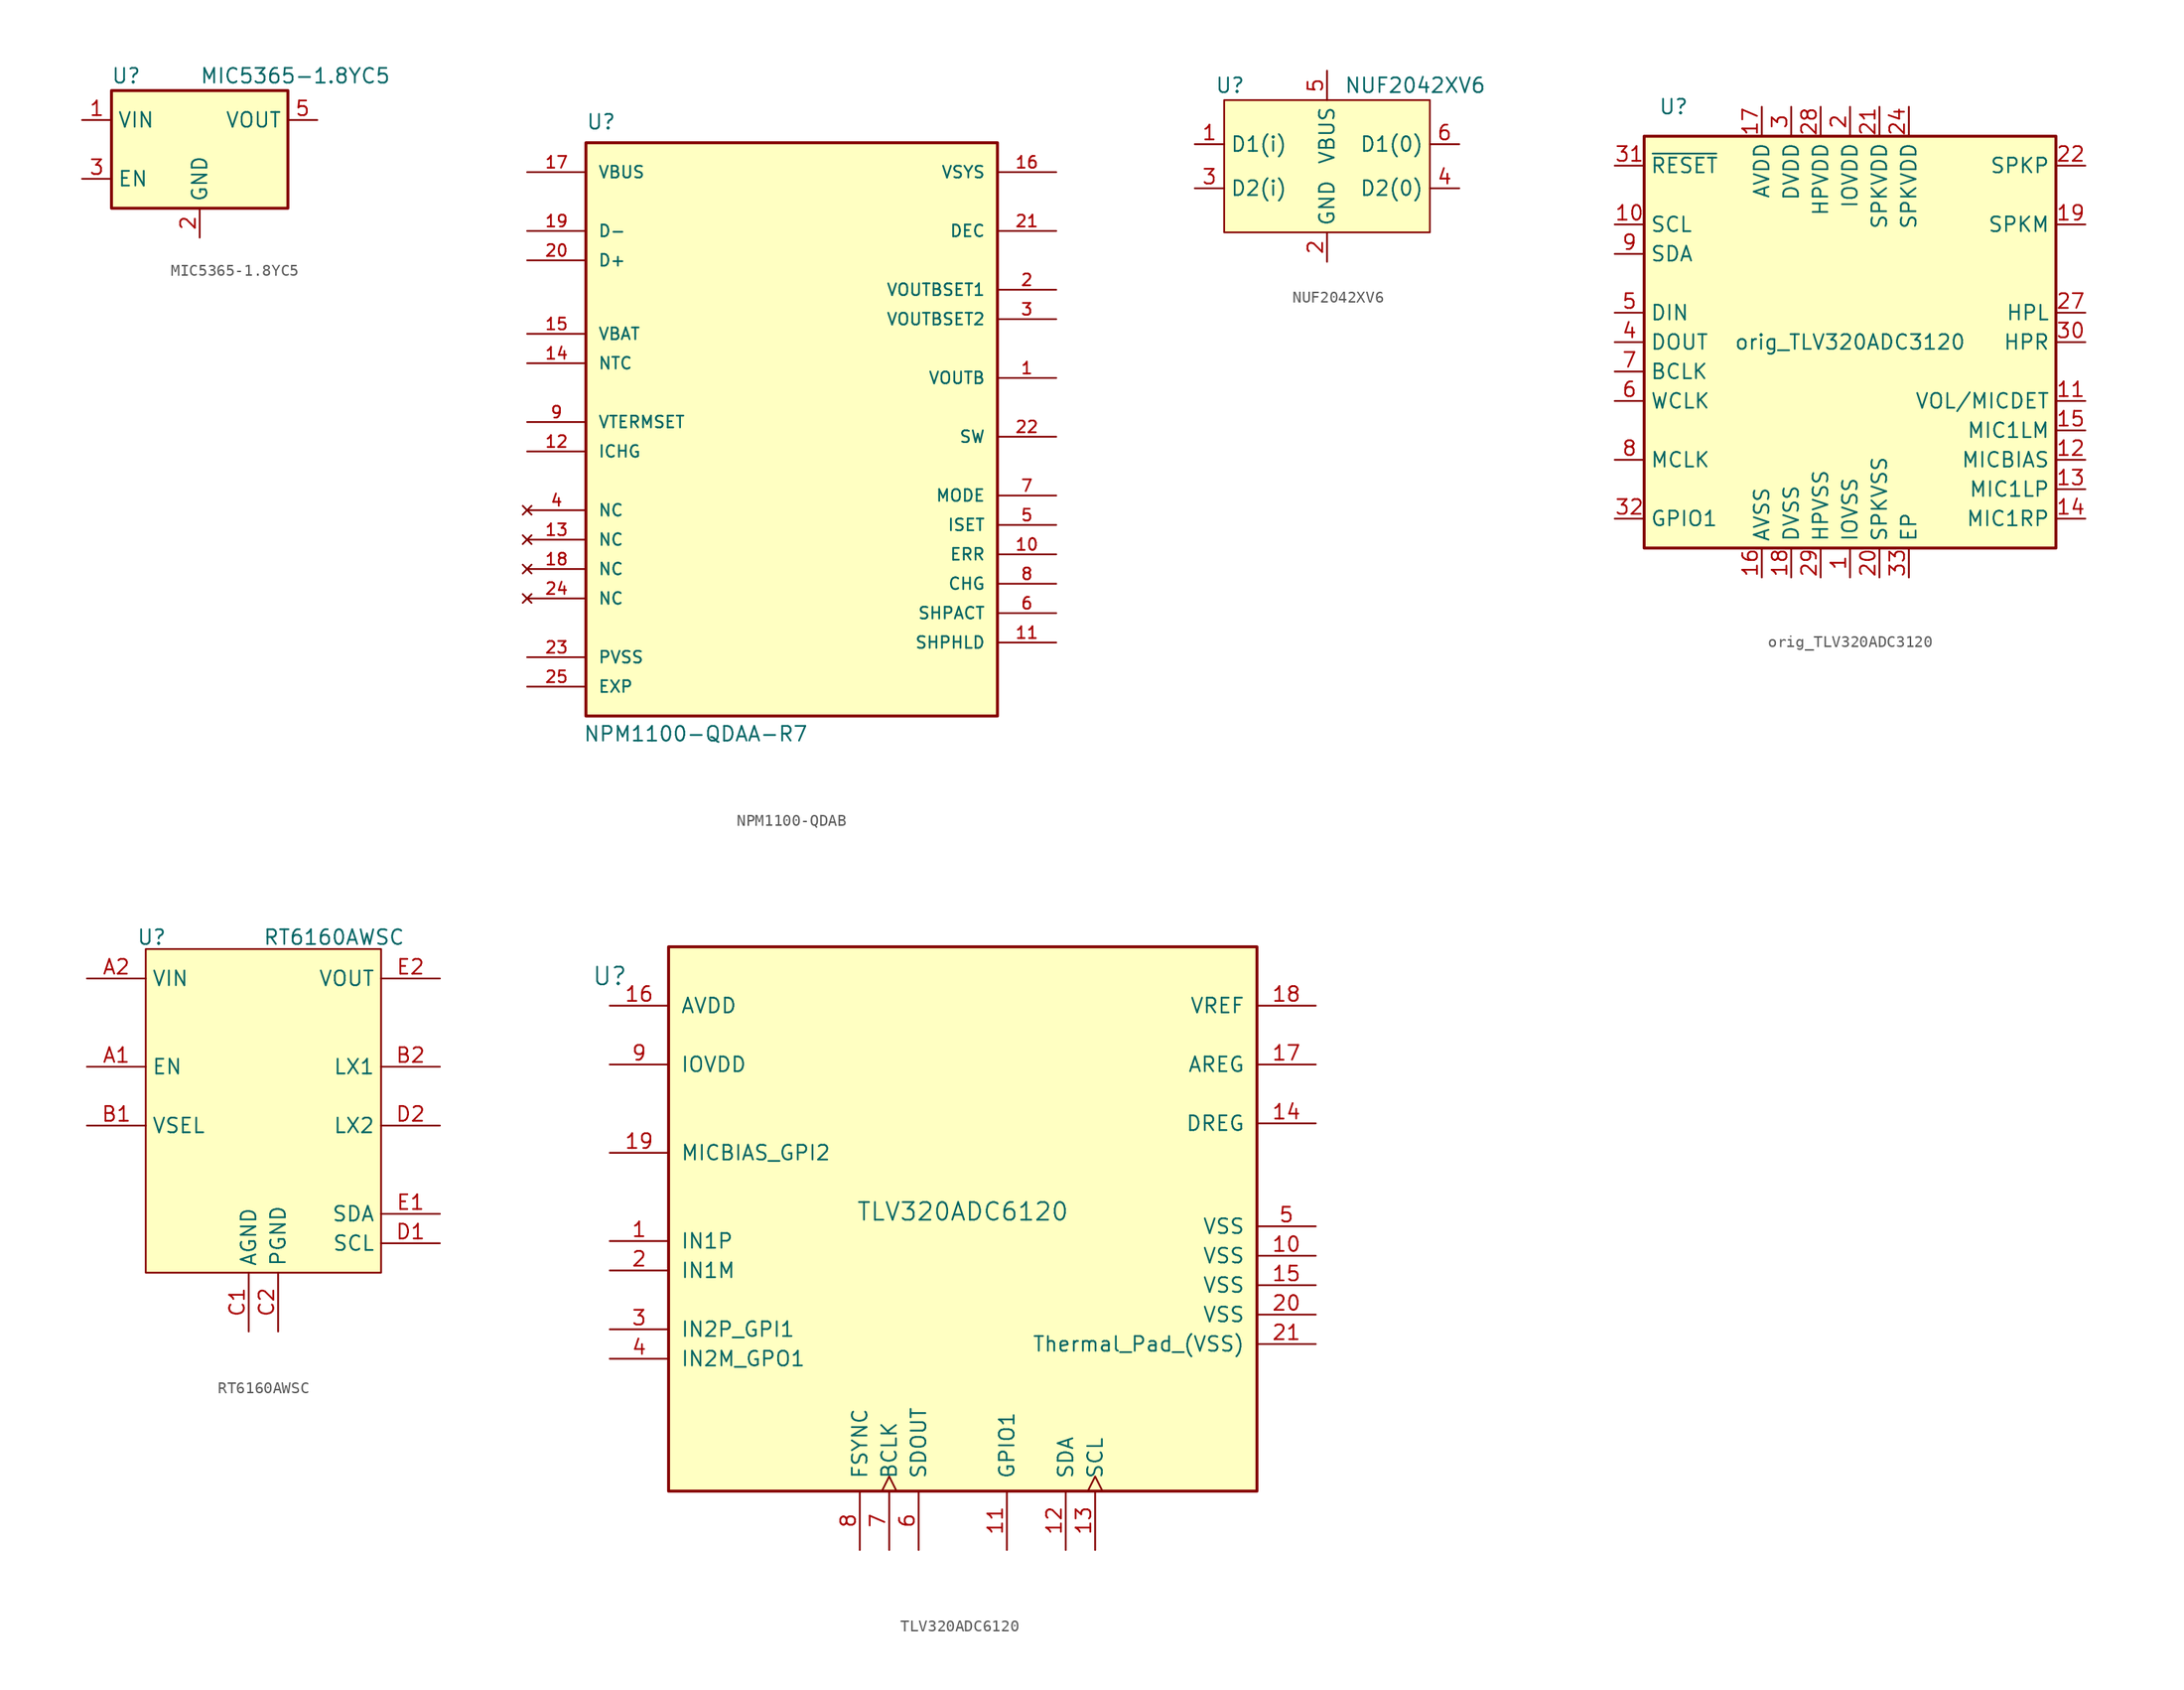
<source format=kicad_sym>
(kicad_symbol_lib
  (version 20231120)
  (generator "kicad_symbol_editor")
  (generator_version "8.0")
  (symbol "MIC5365-1.8YC5"
    (property "Reference" "U"
      (at -6.35 6.35 0)
      (effects (font (size 1.27 1.27))))
    (property "Value" "MIC5365-1.8YC5"
      (at 0 6.35 0)
      (effects (font (size 1.27 1.27)) (justify left)))
    (symbol "MIC5365-1.8YC5_0_1"
      (rectangle (start -7.62 -5.08) (end 7.62 5.08) (stroke (width 0.254) (type default)) (fill (type background))))
    (symbol "MIC5365-1.8YC5_1_1"
      (pin power_in line (at -10.16 2.54 0) (length 2.54) (name "VIN" (effects (font (size 1.27 1.27)))) (number "1" (effects (font (size 1.27 1.27)))))
      (pin power_in line (at 0 -7.62 90) (length 2.54) (name "GND" (effects (font (size 1.27 1.27)))) (number "2" (effects (font (size 1.27 1.27)))))
      (pin input line (at -10.16 -2.54 0) (length 2.54) (name "EN" (effects (font (size 1.27 1.27)))) (number "3" (effects (font (size 1.27 1.27)))))
      (pin no_connect line (at 7.62 -2.54 180) (length 2.54) hide (name "NC" (effects (font (size 1.27 1.27)))) (number "4" (effects (font (size 1.27 1.27)))))
      (pin power_out line (at 10.16 2.54 180) (length 2.54) (name "VOUT" (effects (font (size 1.27 1.27)))) (number "5" (effects (font (size 1.27 1.27)))))))
  (symbol "NPM1100-QDAB"
    (pin_names
      (offset 1.016))
    (property "Reference" "U"
      (at -17.78 27.94 0)
      (effects (font (size 1.27 1.27)) (justify left top)))
    (property "Value" "NPM1100-QDAA-R7"
      (at -18.034 -26.416 0)
      (effects (font (size 1.27 1.27)) (justify left bottom)))
    (symbol "NPM1100-QDAB_0_0"
      (rectangle (start -17.78 25.4) (end 17.78 -24.13) (stroke (width 0.254) (type default)) (fill (type background)))
      (pin output line (at 22.86 -10.16 180) (length 5.08) (name "ERR" (effects (font (size 1.016 1.016)))) (number "10" (effects (font (size 1.016 1.016)))))
      (pin input line (at -22.86 -1.27 0) (length 5.08) (name "ICHG" (effects (font (size 1.016 1.016)))) (number "12" (effects (font (size 1.016 1.016)))))
      (pin input line (at -22.86 6.35 0) (length 5.08) (name "NTC" (effects (font (size 1.016 1.016)))) (number "14" (effects (font (size 1.016 1.016)))))
      (pin power_in line (at -22.86 8.89 0) (length 5.08) (name "VBAT" (effects (font (size 1.016 1.016)))) (number "15" (effects (font (size 1.016 1.016)))))
      (pin power_in line (at 22.86 22.86 180) (length 5.08) (name "VSYS" (effects (font (size 1.016 1.016)))) (number "16" (effects (font (size 1.016 1.016)))))
      (pin power_in line (at -22.86 22.86 0) (length 5.08) (name "VBUS" (effects (font (size 1.016 1.016)))) (number "17" (effects (font (size 1.016 1.016)))))
      (pin power_in line (at 22.86 17.78 180) (length 5.08) (name "DEC" (effects (font (size 1.016 1.016)))) (number "21" (effects (font (size 1.016 1.016)))))
      (pin power_in line (at 22.86 0 180) (length 5.08) (name "SW" (effects (font (size 1.016 1.016)))) (number "22" (effects (font (size 1.016 1.016)))))
      (pin power_in line (at -22.86 -19.05 0) (length 5.08) (name "PVSS" (effects (font (size 1.016 1.016)))) (number "23" (effects (font (size 1.016 1.016)))))
      (pin power_in line (at -22.86 -21.59 0) (length 5.08) (name "EXP" (effects (font (size 1.016 1.016)))) (number "25" (effects (font (size 1.016 1.016)))))
      (pin no_connect line (at -22.86 -6.35 0) (length 5.08) (name "NC" (effects (font (size 1.016 1.016)))) (number "4" (effects (font (size 1.016 1.016)))))
      (pin output line (at 22.86 -12.7 180) (length 5.08) (name "CHG" (effects (font (size 1.016 1.016)))) (number "8" (effects (font (size 1.016 1.016))))))
    (symbol "NPM1100-QDAB_1_0"
      (pin power_out line (at 22.86 5.08 180) (length 5.08) (name "VOUTB" (effects (font (size 1.016 1.016)))) (number "1" (effects (font (size 1.016 1.016)))))
      (pin input line (at 22.86 -17.78 180) (length 5.08) (name "SHPHLD" (effects (font (size 1.016 1.016)))) (number "11" (effects (font (size 1.016 1.016)))))
      (pin no_connect line (at -22.86 -8.89 0) (length 5.08) (name "NC" (effects (font (size 1.016 1.016)))) (number "13" (effects (font (size 1.016 1.016)))))
      (pin no_connect line (at -22.86 -11.43 0) (length 5.08) (name "NC" (effects (font (size 1.016 1.016)))) (number "18" (effects (font (size 1.016 1.016)))))
      (pin bidirectional line (at -22.86 17.78 0) (length 5.08) (name "D-" (effects (font (size 1.016 1.016)))) (number "19" (effects (font (size 1.016 1.016)))))
      (pin input line (at 22.86 12.7 180) (length 5.08) (name "VOUTBSET1" (effects (font (size 1.016 1.016)))) (number "2" (effects (font (size 1.016 1.016)))))
      (pin bidirectional line (at -22.86 15.24 0) (length 5.08) (name "D+" (effects (font (size 1.016 1.016)))) (number "20" (effects (font (size 1.016 1.016)))))
      (pin no_connect line (at -22.86 -13.97 0) (length 5.08) (name "NC" (effects (font (size 1.016 1.016)))) (number "24" (effects (font (size 1.016 1.016)))))
      (pin input line (at 22.86 10.16 180) (length 5.08) (name "VOUTBSET2" (effects (font (size 1.016 1.016)))) (number "3" (effects (font (size 1.016 1.016)))))
      (pin input line (at 22.86 -7.62 180) (length 5.08) (name "ISET" (effects (font (size 1.016 1.016)))) (number "5" (effects (font (size 1.016 1.016)))))
      (pin input line (at 22.86 -15.24 180) (length 5.08) (name "SHPACT" (effects (font (size 1.016 1.016)))) (number "6" (effects (font (size 1.016 1.016)))))
      (pin input line (at 22.86 -5.08 180) (length 5.08) (name "MODE" (effects (font (size 1.016 1.016)))) (number "7" (effects (font (size 1.016 1.016)))))
      (pin input line (at -22.86 1.27 0) (length 5.08) (name "VTERMSET" (effects (font (size 1.016 1.016)))) (number "9" (effects (font (size 1.016 1.016)))))))
  (symbol "NUF2042XV6"
    (property "Reference" "U"
      (at -8.382 13.97 0)
      (effects (font (size 1.27 1.27))))
    (property "Value" "NUF2042XV6"
      (at 7.62 13.97 0)
      (effects (font (size 1.27 1.27))))
    (symbol "NUF2042XV6_1_1"
      (rectangle (start -8.89 12.7) (end 8.89 1.27) (stroke (width 0) (type default)) (fill (type background)))
      (pin passive line (at -11.43 8.89 0) (length 2.54) (name "D1(i)" (effects (font (size 1.27 1.27)))) (number "1" (effects (font (size 1.27 1.27)))))
      (pin power_in line (at 0 -1.27 90) (length 2.54) (name "GND" (effects (font (size 1.27 1.27)))) (number "2" (effects (font (size 1.27 1.27)))))
      (pin passive line (at -11.43 5.08 0) (length 2.54) (name "D2(i)" (effects (font (size 1.27 1.27)))) (number "3" (effects (font (size 1.27 1.27)))))
      (pin passive line (at 11.43 5.08 180) (length 2.54) (name "D2(0)" (effects (font (size 1.27 1.27)))) (number "4" (effects (font (size 1.27 1.27)))))
      (pin power_in line (at 0 15.24 270) (length 2.54) (name "VBUS" (effects (font (size 1.27 1.27)))) (number "5" (effects (font (size 1.27 1.27)))))
      (pin passive line (at 11.43 8.89 180) (length 2.54) (name "D1(0)" (effects (font (size 1.27 1.27)))) (number "6" (effects (font (size 1.27 1.27)))))))
  (symbol "orig_TLV320ADC3120"
    (property "Reference" "U"
      (at -15.24 20.32 0)
      (effects (font (size 1.27 1.27))))
    (property "Value" "orig_TLV320ADC3120"
      (at 0 0 0)
      (effects (font (size 1.27 1.27))))
    (symbol "orig_TLV320ADC3120_0_1"
      (rectangle (start -17.78 17.78) (end 17.78 -17.78) (stroke (width 0.254) (type default)) (fill (type background))))
    (symbol "orig_TLV320ADC3120_1_1"
      (pin power_in line (at 0 -20.32 90) (length 2.54) (name "IOVSS" (effects (font (size 1.27 1.27)))) (number "1" (effects (font (size 1.27 1.27)))))
      (pin input line (at -20.32 10.16 0) (length 2.54) (name "SCL" (effects (font (size 1.27 1.27)))) (number "10" (effects (font (size 1.27 1.27)))))
      (pin input line (at 20.32 -5.08 180) (length 2.54) (name "VOL/MICDET" (effects (font (size 1.27 1.27)))) (number "11" (effects (font (size 1.27 1.27)))))
      (pin power_out line (at 20.32 -10.16 180) (length 2.54) (name "MICBIAS" (effects (font (size 1.27 1.27)))) (number "12" (effects (font (size 1.27 1.27)))))
      (pin input line (at 20.32 -12.7 180) (length 2.54) (name "MIC1LP" (effects (font (size 1.27 1.27)))) (number "13" (effects (font (size 1.27 1.27)))))
      (pin input line (at 20.32 -15.24 180) (length 2.54) (name "MIC1RP" (effects (font (size 1.27 1.27)))) (number "14" (effects (font (size 1.27 1.27)))))
      (pin input line (at 20.32 -7.62 180) (length 2.54) (name "MIC1LM" (effects (font (size 1.27 1.27)))) (number "15" (effects (font (size 1.27 1.27)))))
      (pin power_in line (at -7.62 -20.32 90) (length 2.54) (name "AVSS" (effects (font (size 1.27 1.27)))) (number "16" (effects (font (size 1.27 1.27)))))
      (pin power_in line (at -7.62 20.32 270) (length 2.54) (name "AVDD" (effects (font (size 1.27 1.27)))) (number "17" (effects (font (size 1.27 1.27)))))
      (pin power_in line (at -5.08 -20.32 90) (length 2.54) (name "DVSS" (effects (font (size 1.27 1.27)))) (number "18" (effects (font (size 1.27 1.27)))))
      (pin output line (at 20.32 10.16 180) (length 2.54) (name "SPKM" (effects (font (size 1.27 1.27)))) (number "19" (effects (font (size 1.27 1.27)))))
      (pin power_in line (at 0 20.32 270) (length 2.54) (name "IOVDD" (effects (font (size 1.27 1.27)))) (number "2" (effects (font (size 1.27 1.27)))))
      (pin power_in line (at 2.54 -20.32 90) (length 2.54) (name "SPKVSS" (effects (font (size 1.27 1.27)))) (number "20" (effects (font (size 1.27 1.27)))))
      (pin power_in line (at 2.54 20.32 270) (length 2.54) (name "SPKVDD" (effects (font (size 1.27 1.27)))) (number "21" (effects (font (size 1.27 1.27)))))
      (pin output line (at 20.32 15.24 180) (length 2.54) (name "SPKP" (effects (font (size 1.27 1.27)))) (number "22" (effects (font (size 1.27 1.27)))))
      (pin passive line (at 20.32 10.16 180) (length 2.54) hide (name "SPKM" (effects (font (size 1.27 1.27)))) (number "23" (effects (font (size 1.27 1.27)))))
      (pin power_in line (at 5.08 20.32 270) (length 2.54) (name "SPKVDD" (effects (font (size 1.27 1.27)))) (number "24" (effects (font (size 1.27 1.27)))))
      (pin passive line (at 2.54 -20.32 90) (length 2.54) hide (name "SPKVSS" (effects (font (size 1.27 1.27)))) (number "25" (effects (font (size 1.27 1.27)))))
      (pin passive line (at 20.32 15.24 180) (length 2.54) hide (name "SPKP" (effects (font (size 1.27 1.27)))) (number "26" (effects (font (size 1.27 1.27)))))
      (pin output line (at 20.32 2.54 180) (length 2.54) (name "HPL" (effects (font (size 1.27 1.27)))) (number "27" (effects (font (size 1.27 1.27)))))
      (pin power_in line (at -2.54 20.32 270) (length 2.54) (name "HPVDD" (effects (font (size 1.27 1.27)))) (number "28" (effects (font (size 1.27 1.27)))))
      (pin power_in line (at -2.54 -20.32 90) (length 2.54) (name "HPVSS" (effects (font (size 1.27 1.27)))) (number "29" (effects (font (size 1.27 1.27)))))
      (pin power_in line (at -5.08 20.32 270) (length 2.54) (name "DVDD" (effects (font (size 1.27 1.27)))) (number "3" (effects (font (size 1.27 1.27)))))
      (pin output line (at 20.32 0 180) (length 2.54) (name "HPR" (effects (font (size 1.27 1.27)))) (number "30" (effects (font (size 1.27 1.27)))))
      (pin input line (at -20.32 15.24 0) (length 2.54) (name "~{RESET}" (effects (font (size 1.27 1.27)))) (number "31" (effects (font (size 1.27 1.27)))))
      (pin bidirectional line (at -20.32 -15.24 0) (length 2.54) (name "GPIO1" (effects (font (size 1.27 1.27)))) (number "32" (effects (font (size 1.27 1.27)))))
      (pin power_in line (at 5.08 -20.32 90) (length 2.54) (name "EP" (effects (font (size 1.27 1.27)))) (number "33" (effects (font (size 1.27 1.27)))))
      (pin output line (at -20.32 0 0) (length 2.54) (name "DOUT" (effects (font (size 1.27 1.27)))) (number "4" (effects (font (size 1.27 1.27)))))
      (pin input line (at -20.32 2.54 0) (length 2.54) (name "DIN" (effects (font (size 1.27 1.27)))) (number "5" (effects (font (size 1.27 1.27)))))
      (pin bidirectional line (at -20.32 -5.08 0) (length 2.54) (name "WCLK" (effects (font (size 1.27 1.27)))) (number "6" (effects (font (size 1.27 1.27)))))
      (pin bidirectional line (at -20.32 -2.54 0) (length 2.54) (name "BCLK" (effects (font (size 1.27 1.27)))) (number "7" (effects (font (size 1.27 1.27)))))
      (pin input line (at -20.32 -10.16 0) (length 2.54) (name "MCLK" (effects (font (size 1.27 1.27)))) (number "8" (effects (font (size 1.27 1.27)))))
      (pin bidirectional line (at -20.32 7.62 0) (length 2.54) (name "SDA" (effects (font (size 1.27 1.27)))) (number "9" (effects (font (size 1.27 1.27)))))))
  (symbol "RT6160AWSC"
    (property "Reference" "U"
      (at -9.652 14.986 0)
      (effects (font (size 1.27 1.27))))
    (property "Value" "RT6160AWSC"
      (at 6.096 14.986 0)
      (effects (font (size 1.27 1.27))))
    (symbol "RT6160AWSC_1_1"
      (rectangle (start -10.16 13.97) (end 10.16 -13.97) (stroke (width 0) (type default)) (fill (type background)))
      (pin input line (at -15.24 3.81 0) (length 5.08) (name "EN" (effects (font (size 1.27 1.27)))) (number "A1" (effects (font (size 1.27 1.27)))))
      (pin power_in line (at -15.24 11.43 0) (length 5.08) (name "VIN" (effects (font (size 1.27 1.27)))) (number "A2" (effects (font (size 1.27 1.27)))))
      (pin passive line (at -15.24 11.43 0) (length 5.08) hide (name "VIN" (effects (font (size 1.27 1.27)))) (number "A3" (effects (font (size 1.27 1.27)))))
      (pin input line (at -15.24 -1.27 0) (length 5.08) (name "VSEL" (effects (font (size 1.27 1.27)))) (number "B1" (effects (font (size 1.27 1.27)))))
      (pin output line (at 15.24 3.81 180) (length 5.08) (name "LX1" (effects (font (size 1.27 1.27)))) (number "B2" (effects (font (size 1.27 1.27)))))
      (pin passive line (at 15.24 3.81 180) (length 5.08) hide (name "LX1" (effects (font (size 1.27 1.27)))) (number "B3" (effects (font (size 1.27 1.27)))))
      (pin power_in line (at -1.27 -19.05 90) (length 5.08) (name "AGND" (effects (font (size 1.27 1.27)))) (number "C1" (effects (font (size 1.27 1.27)))))
      (pin power_in line (at 1.27 -19.05 90) (length 5.08) (name "PGND" (effects (font (size 1.27 1.27)))) (number "C2" (effects (font (size 1.27 1.27)))))
      (pin passive line (at 1.27 -19.05 90) (length 5.08) hide (name "PGND" (effects (font (size 1.27 1.27)))) (number "C3" (effects (font (size 1.27 1.27)))))
      (pin input line (at 15.24 -11.43 180) (length 5.08) (name "SCL" (effects (font (size 1.27 1.27)))) (number "D1" (effects (font (size 1.27 1.27)))))
      (pin output line (at 15.24 -1.27 180) (length 5.08) (name "LX2" (effects (font (size 1.27 1.27)))) (number "D2" (effects (font (size 1.27 1.27)))))
      (pin passive line (at 15.24 -1.27 180) (length 5.08) hide (name "LX2" (effects (font (size 1.27 1.27)))) (number "D3" (effects (font (size 1.27 1.27)))))
      (pin bidirectional line (at 15.24 -8.89 180) (length 5.08) (name "SDA" (effects (font (size 1.27 1.27)))) (number "E1" (effects (font (size 1.27 1.27)))))
      (pin power_out line (at 15.24 11.43 180) (length 5.08) (name "VOUT" (effects (font (size 1.27 1.27)))) (number "E2" (effects (font (size 1.27 1.27)))))
      (pin passive line (at 15.24 11.43 180) (length 5.08) hide (name "VOUT" (effects (font (size 1.27 1.27)))) (number "E3" (effects (font (size 1.27 1.27)))))))
  (symbol "TLV320ADC6120"
    (pin_names
      (offset 1.016))
    (property "Reference" "U"
      (at -30.48 20.32 0)
      (effects (font (size 1.524 1.524))))
    (property "Value" "TLV320ADC6120"
      (at 0 0 0)
      (effects (font (size 1.524 1.524))))
    (symbol "TLV320ADC6120_0_1"
      (pin input line (at -30.48 -2.54 0) (length 5.08) (name "IN1P" (effects (font (size 1.27 1.27)))) (number "1" (effects (font (size 1.27 1.27)))))
      (pin power_in line (at 30.48 -3.81 180) (length 5.08) (name "VSS" (effects (font (size 1.27 1.27)))) (number "10" (effects (font (size 1.27 1.27)))))
      (pin bidirectional line (at 3.81 -29.21 90) (length 5.08) (name "GPIO1" (effects (font (size 1.27 1.27)))) (number "11" (effects (font (size 1.27 1.27)))))
      (pin bidirectional line (at 8.89 -29.21 90) (length 5.08) (name "SDA" (effects (font (size 1.27 1.27)))) (number "12" (effects (font (size 1.27 1.27)))))
      (pin power_in line (at 30.48 -6.35 180) (length 5.08) (name "VSS" (effects (font (size 1.27 1.27)))) (number "15" (effects (font (size 1.27 1.27)))))
      (pin power_in line (at -30.48 17.78 0) (length 5.08) (name "AVDD" (effects (font (size 1.27 1.27)))) (number "16" (effects (font (size 1.27 1.27)))))
      (pin input line (at -30.48 5.08 0) (length 5.08) (name "MICBIAS_GPI2" (effects (font (size 1.27 1.27)))) (number "19" (effects (font (size 1.27 1.27)))))
      (pin input line (at -30.48 -5.08 0) (length 5.08) (name "IN1M" (effects (font (size 1.27 1.27)))) (number "2" (effects (font (size 1.27 1.27)))))
      (pin power_in line (at 30.48 -8.89 180) (length 5.08) (name "VSS" (effects (font (size 1.27 1.27)))) (number "20" (effects (font (size 1.27 1.27)))))
      (pin input line (at -30.48 -10.16 0) (length 5.08) (name "IN2P_GPI1" (effects (font (size 1.27 1.27)))) (number "3" (effects (font (size 1.27 1.27)))))
      (pin input line (at -30.48 -12.7 0) (length 5.08) (name "IN2M_GPO1" (effects (font (size 1.27 1.27)))) (number "4" (effects (font (size 1.27 1.27)))))
      (pin power_in line (at 30.48 -1.27 180) (length 5.08) (name "VSS" (effects (font (size 1.27 1.27)))) (number "5" (effects (font (size 1.27 1.27)))))
      (pin output line (at -3.81 -29.21 90) (length 5.08) (name "SDOUT" (effects (font (size 1.27 1.27)))) (number "6" (effects (font (size 1.27 1.27)))))
      (pin bidirectional line (at -8.89 -29.21 90) (length 5.08) (name "FSYNC" (effects (font (size 1.27 1.27)))) (number "8" (effects (font (size 1.27 1.27)))))
      (pin power_in line (at -30.48 12.7 0) (length 5.08) (name "IOVDD" (effects (font (size 1.27 1.27)))) (number "9" (effects (font (size 1.27 1.27))))))
    (symbol "TLV320ADC6120_1_1"
      (rectangle (start -25.4 22.86) (end 25.4 -24.13) (stroke (width 0.254) (type default)) (fill (type background)))
      (pin input clock (at 11.43 -29.21 90) (length 5.08) (name "SCL" (effects (font (size 1.27 1.27)))) (number "13" (effects (font (size 1.27 1.27)))))
      (pin power_out line (at 30.48 7.62 180) (length 5.08) (name "DREG" (effects (font (size 1.27 1.27)))) (number "14" (effects (font (size 1.27 1.27)))))
      (pin power_out line (at 30.48 12.7 180) (length 5.08) (name "AREG" (effects (font (size 1.27 1.27)))) (number "17" (effects (font (size 1.27 1.27)))))
      (pin output line (at 30.48 17.78 180) (length 5.08) (name "VREF" (effects (font (size 1.27 1.27)))) (number "18" (effects (font (size 1.27 1.27)))))
      (pin power_in line (at 30.48 -11.43 180) (length 5.08) (name "Thermal_Pad_(VSS)" (effects (font (size 1.27 1.27)))) (number "21" (effects (font (size 1.27 1.27)))))
      (pin bidirectional clock (at -6.35 -29.21 90) (length 5.08) (name "BCLK" (effects (font (size 1.27 1.27)))) (number "7" (effects (font (size 1.27 1.27))))))))
</source>
